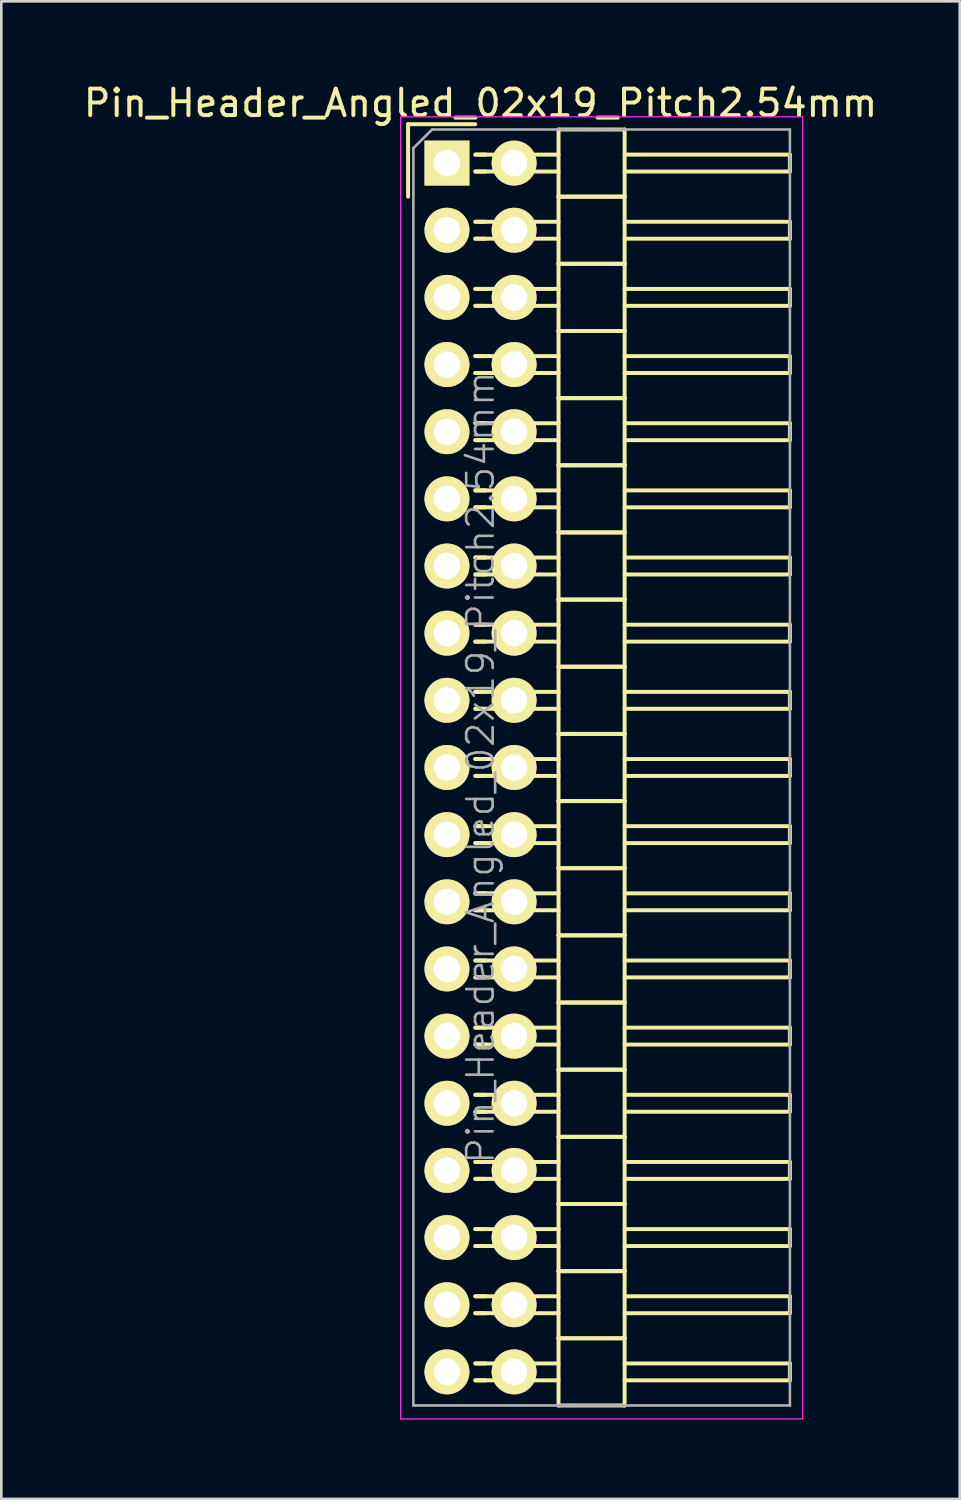
<source format=kicad_pcb>
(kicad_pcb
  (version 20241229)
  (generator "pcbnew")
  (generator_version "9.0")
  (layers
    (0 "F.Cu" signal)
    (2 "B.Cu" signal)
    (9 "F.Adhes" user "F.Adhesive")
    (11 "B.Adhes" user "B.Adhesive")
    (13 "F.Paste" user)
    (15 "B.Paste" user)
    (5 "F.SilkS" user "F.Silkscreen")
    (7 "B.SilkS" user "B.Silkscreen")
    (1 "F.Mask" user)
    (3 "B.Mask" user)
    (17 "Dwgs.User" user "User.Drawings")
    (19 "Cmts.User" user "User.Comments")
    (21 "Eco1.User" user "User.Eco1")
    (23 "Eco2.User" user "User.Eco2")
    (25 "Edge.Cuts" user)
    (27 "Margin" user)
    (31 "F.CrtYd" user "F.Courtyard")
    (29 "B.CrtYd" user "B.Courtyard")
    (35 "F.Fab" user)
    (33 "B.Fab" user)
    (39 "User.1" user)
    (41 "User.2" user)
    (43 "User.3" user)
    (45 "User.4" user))
  (footprint "Pin_Header_Angled_02x19_Pitch2.54mm"
    (layer "F.Cu")
    (at 13.855 3.118)
    (property "Reference" "Pin_Header_Angled_02x19_Pitch2.54mm" (at 1.27 -2.27 0) (layer "F.SilkS") (effects (font (size 1 1) (thickness 0.15))))
    (attr smd)
    (fp_line (start -1.47 -1.47) (end -1.47 1.27) (stroke (width 0.15) (type solid)) (layer "F.SilkS"))
    (fp_line (start -1.47 -1.47) (end 1.07 -1.47) (stroke (width 0.15) (type solid)) (layer "F.SilkS"))
    (fp_line (start 1.465 -0.32) (end 1.075 -0.32) (stroke (width 0.15) (type solid)) (layer "F.SilkS"))
    (fp_line (start 1.465 0.32) (end 1.075 0.32) (stroke (width 0.15) (type solid)) (layer "F.SilkS"))
    (fp_line (start 1.465 2.22) (end 1.075 2.22) (stroke (width 0.15) (type solid)) (layer "F.SilkS"))
    (fp_line (start 1.465 2.86) (end 1.075 2.86) (stroke (width 0.15) (type solid)) (layer "F.SilkS"))
    (fp_line (start 1.465 4.76) (end 1.075 4.76) (stroke (width 0.15) (type solid)) (layer "F.SilkS"))
    (fp_line (start 1.465 5.4) (end 1.075 5.4) (stroke (width 0.15) (type solid)) (layer "F.SilkS"))
    (fp_line (start 1.465 7.3) (end 1.075 7.3) (stroke (width 0.15) (type solid)) (layer "F.SilkS"))
    (fp_line (start 1.465 7.94) (end 1.075 7.94) (stroke (width 0.15) (type solid)) (layer "F.SilkS"))
    (fp_line (start 1.465 9.84) (end 1.075 9.84) (stroke (width 0.15) (type solid)) (layer "F.SilkS"))
    (fp_line (start 1.465 10.48) (end 1.075 10.48) (stroke (width 0.15) (type solid)) (layer "F.SilkS"))
    (fp_line (start 1.465 12.38) (end 1.075 12.38) (stroke (width 0.15) (type solid)) (layer "F.SilkS"))
    (fp_line (start 1.465 13.02) (end 1.075 13.02) (stroke (width 0.15) (type solid)) (layer "F.SilkS"))
    (fp_line (start 1.465 14.92) (end 1.075 14.92) (stroke (width 0.15) (type solid)) (layer "F.SilkS"))
    (fp_line (start 1.465 15.56) (end 1.075 15.56) (stroke (width 0.15) (type solid)) (layer "F.SilkS"))
    (fp_line (start 1.465 17.46) (end 1.075 17.46) (stroke (width 0.15) (type solid)) (layer "F.SilkS"))
    (fp_line (start 1.465 18.1) (end 1.075 18.1) (stroke (width 0.15) (type solid)) (layer "F.SilkS"))
    (fp_line (start 1.465 20) (end 1.075 20) (stroke (width 0.15) (type solid)) (layer "F.SilkS"))
    (fp_line (start 1.465 20.64) (end 1.075 20.64) (stroke (width 0.15) (type solid)) (layer "F.SilkS"))
    (fp_line (start 1.465 22.54) (end 1.075 22.54) (stroke (width 0.15) (type solid)) (layer "F.SilkS"))
    (fp_line (start 1.465 23.18) (end 1.075 23.18) (stroke (width 0.15) (type solid)) (layer "F.SilkS"))
    (fp_line (start 1.465 25.08) (end 1.075 25.08) (stroke (width 0.15) (type solid)) (layer "F.SilkS"))
    (fp_line (start 1.465 25.72) (end 1.075 25.72) (stroke (width 0.15) (type solid)) (layer "F.SilkS"))
    (fp_line (start 1.465 27.62) (end 1.075 27.62) (stroke (width 0.15) (type solid)) (layer "F.SilkS"))
    (fp_line (start 1.465 28.26) (end 1.075 28.26) (stroke (width 0.15) (type solid)) (layer "F.SilkS"))
    (fp_line (start 1.465 30.16) (end 1.075 30.16) (stroke (width 0.15) (type solid)) (layer "F.SilkS"))
    (fp_line (start 1.465 30.8) (end 1.075 30.8) (stroke (width 0.15) (type solid)) (layer "F.SilkS"))
    (fp_line (start 1.465 32.7) (end 1.075 32.7) (stroke (width 0.15) (type solid)) (layer "F.SilkS"))
    (fp_line (start 1.465 33.34) (end 1.075 33.34) (stroke (width 0.15) (type solid)) (layer "F.SilkS"))
    (fp_line (start 1.465 35.24) (end 1.075 35.24) (stroke (width 0.15) (type solid)) (layer "F.SilkS"))
    (fp_line (start 1.465 35.88) (end 1.075 35.88) (stroke (width 0.15) (type solid)) (layer "F.SilkS"))
    (fp_line (start 1.465 37.78) (end 1.075 37.78) (stroke (width 0.15) (type solid)) (layer "F.SilkS"))
    (fp_line (start 1.465 38.42) (end 1.075 38.42) (stroke (width 0.15) (type solid)) (layer "F.SilkS"))
    (fp_line (start 1.465 40.32) (end 1.075 40.32) (stroke (width 0.15) (type solid)) (layer "F.SilkS"))
    (fp_line (start 1.465 40.96) (end 1.075 40.96) (stroke (width 0.15) (type solid)) (layer "F.SilkS"))
    (fp_line (start 1.465 42.86) (end 1.075 42.86) (stroke (width 0.15) (type solid)) (layer "F.SilkS"))
    (fp_line (start 1.465 43.5) (end 1.075 43.5) (stroke (width 0.15) (type solid)) (layer "F.SilkS"))
    (fp_line (start 1.465 45.4) (end 1.075 45.4) (stroke (width 0.15) (type solid)) (layer "F.SilkS"))
    (fp_line (start 1.465 46.04) (end 1.075 46.04) (stroke (width 0.15) (type solid)) (layer "F.SilkS"))
    (fp_line (start 4.22 -0.32) (end 1.075 -0.32) (stroke (width 0.15) (type solid)) (layer "F.SilkS"))
    (fp_line (start 4.22 0.32) (end 1.075 0.32) (stroke (width 0.15) (type solid)) (layer "F.SilkS"))
    (fp_line (start 4.22 1.27) (end 4.22 -1.27) (stroke (width 0.15) (type solid)) (layer "F.SilkS"))
    (fp_line (start 4.22 2.22) (end 1.075 2.22) (stroke (width 0.15) (type solid)) (layer "F.SilkS"))
    (fp_line (start 4.22 2.86) (end 1.075 2.86) (stroke (width 0.15) (type solid)) (layer "F.SilkS"))
    (fp_line (start 4.22 3.81) (end 4.22 1.27) (stroke (width 0.15) (type solid)) (layer "F.SilkS"))
    (fp_line (start 4.22 4.76) (end 1.075 4.76) (stroke (width 0.15) (type solid)) (layer "F.SilkS"))
    (fp_line (start 4.22 5.4) (end 1.075 5.4) (stroke (width 0.15) (type solid)) (layer "F.SilkS"))
    (fp_line (start 4.22 6.35) (end 4.22 3.81) (stroke (width 0.15) (type solid)) (layer "F.SilkS"))
    (fp_line (start 4.22 7.3) (end 1.075 7.3) (stroke (width 0.15) (type solid)) (layer "F.SilkS"))
    (fp_line (start 4.22 7.94) (end 1.075 7.94) (stroke (width 0.15) (type solid)) (layer "F.SilkS"))
    (fp_line (start 4.22 8.89) (end 4.22 6.35) (stroke (width 0.15) (type solid)) (layer "F.SilkS"))
    (fp_line (start 4.22 9.84) (end 1.075 9.84) (stroke (width 0.15) (type solid)) (layer "F.SilkS"))
    (fp_line (start 4.22 10.48) (end 1.075 10.48) (stroke (width 0.15) (type solid)) (layer "F.SilkS"))
    (fp_line (start 4.22 11.43) (end 4.22 8.89) (stroke (width 0.15) (type solid)) (layer "F.SilkS"))
    (fp_line (start 4.22 12.38) (end 1.075 12.38) (stroke (width 0.15) (type solid)) (layer "F.SilkS"))
    (fp_line (start 4.22 13.02) (end 1.075 13.02) (stroke (width 0.15) (type solid)) (layer "F.SilkS"))
    (fp_line (start 4.22 13.97) (end 4.22 11.43) (stroke (width 0.15) (type solid)) (layer "F.SilkS"))
    (fp_line (start 4.22 14.92) (end 1.075 14.92) (stroke (width 0.15) (type solid)) (layer "F.SilkS"))
    (fp_line (start 4.22 15.56) (end 1.075 15.56) (stroke (width 0.15) (type solid)) (layer "F.SilkS"))
    (fp_line (start 4.22 16.51) (end 4.22 13.97) (stroke (width 0.15) (type solid)) (layer "F.SilkS"))
    (fp_line (start 4.22 17.46) (end 1.075 17.46) (stroke (width 0.15) (type solid)) (layer "F.SilkS"))
    (fp_line (start 4.22 18.1) (end 1.075 18.1) (stroke (width 0.15) (type solid)) (layer "F.SilkS"))
    (fp_line (start 4.22 19.05) (end 4.22 16.51) (stroke (width 0.15) (type solid)) (layer "F.SilkS"))
    (fp_line (start 4.22 20) (end 1.075 20) (stroke (width 0.15) (type solid)) (layer "F.SilkS"))
    (fp_line (start 4.22 20.64) (end 1.075 20.64) (stroke (width 0.15) (type solid)) (layer "F.SilkS"))
    (fp_line (start 4.22 21.59) (end 4.22 19.05) (stroke (width 0.15) (type solid)) (layer "F.SilkS"))
    (fp_line (start 4.22 22.54) (end 1.075 22.54) (stroke (width 0.15) (type solid)) (layer "F.SilkS"))
    (fp_line (start 4.22 23.18) (end 1.075 23.18) (stroke (width 0.15) (type solid)) (layer "F.SilkS"))
    (fp_line (start 4.22 24.13) (end 4.22 21.59) (stroke (width 0.15) (type solid)) (layer "F.SilkS"))
    (fp_line (start 4.22 25.08) (end 1.075 25.08) (stroke (width 0.15) (type solid)) (layer "F.SilkS"))
    (fp_line (start 4.22 25.72) (end 1.075 25.72) (stroke (width 0.15) (type solid)) (layer "F.SilkS"))
    (fp_line (start 4.22 26.67) (end 4.22 24.13) (stroke (width 0.15) (type solid)) (layer "F.SilkS"))
    (fp_line (start 4.22 27.62) (end 1.075 27.62) (stroke (width 0.15) (type solid)) (layer "F.SilkS"))
    (fp_line (start 4.22 28.26) (end 1.075 28.26) (stroke (width 0.15) (type solid)) (layer "F.SilkS"))
    (fp_line (start 4.22 29.21) (end 4.22 26.67) (stroke (width 0.15) (type solid)) (layer "F.SilkS"))
    (fp_line (start 4.22 30.16) (end 1.075 30.16) (stroke (width 0.15) (type solid)) (layer "F.SilkS"))
    (fp_line (start 4.22 30.8) (end 1.075 30.8) (stroke (width 0.15) (type solid)) (layer "F.SilkS"))
    (fp_line (start 4.22 31.75) (end 4.22 29.21) (stroke (width 0.15) (type solid)) (layer "F.SilkS"))
    (fp_line (start 4.22 32.7) (end 1.075 32.7) (stroke (width 0.15) (type solid)) (layer "F.SilkS"))
    (fp_line (start 4.22 33.34) (end 1.075 33.34) (stroke (width 0.15) (type solid)) (layer "F.SilkS"))
    (fp_line (start 4.22 34.29) (end 4.22 31.75) (stroke (width 0.15) (type solid)) (layer "F.SilkS"))
    (fp_line (start 4.22 35.24) (end 1.075 35.24) (stroke (width 0.15) (type solid)) (layer "F.SilkS"))
    (fp_line (start 4.22 35.88) (end 1.075 35.88) (stroke (width 0.15) (type solid)) (layer "F.SilkS"))
    (fp_line (start 4.22 36.83) (end 4.22 34.29) (stroke (width 0.15) (type solid)) (layer "F.SilkS"))
    (fp_line (start 4.22 37.78) (end 1.075 37.78) (stroke (width 0.15) (type solid)) (layer "F.SilkS"))
    (fp_line (start 4.22 38.42) (end 1.075 38.42) (stroke (width 0.15) (type solid)) (layer "F.SilkS"))
    (fp_line (start 4.22 39.37) (end 4.22 36.83) (stroke (width 0.15) (type solid)) (layer "F.SilkS"))
    (fp_line (start 4.22 40.32) (end 1.075 40.32) (stroke (width 0.15) (type solid)) (layer "F.SilkS"))
    (fp_line (start 4.22 40.96) (end 1.075 40.96) (stroke (width 0.15) (type solid)) (layer "F.SilkS"))
    (fp_line (start 4.22 41.91) (end 4.22 39.37) (stroke (width 0.15) (type solid)) (layer "F.SilkS"))
    (fp_line (start 4.22 42.86) (end 1.075 42.86) (stroke (width 0.15) (type solid)) (layer "F.SilkS"))
    (fp_line (start 4.22 43.5) (end 1.075 43.5) (stroke (width 0.15) (type solid)) (layer "F.SilkS"))
    (fp_line (start 4.22 44.45) (end 4.22 41.91) (stroke (width 0.15) (type solid)) (layer "F.SilkS"))
    (fp_line (start 4.22 45.4) (end 1.075 45.4) (stroke (width 0.15) (type solid)) (layer "F.SilkS"))
    (fp_line (start 4.22 46.04) (end 1.075 46.04) (stroke (width 0.15) (type solid)) (layer "F.SilkS"))
    (fp_line (start 4.22 46.99) (end 4.22 44.45) (stroke (width 0.15) (type solid)) (layer "F.SilkS"))
    (fp_line (start 6.72 -1.27) (end 4.22 -1.27) (stroke (width 0.15) (type solid)) (layer "F.SilkS"))
    (fp_line (start 6.72 -0.32) (end 12.97 -0.32) (stroke (width 0.15) (type solid)) (layer "F.SilkS"))
    (fp_line (start 6.72 0.32) (end 12.97 0.32) (stroke (width 0.15) (type solid)) (layer "F.SilkS"))
    (fp_line (start 6.72 1.27) (end 4.22 1.27) (stroke (width 0.15) (type solid)) (layer "F.SilkS"))
    (fp_line (start 6.72 1.27) (end 4.22 1.27) (stroke (width 0.15) (type solid)) (layer "F.SilkS"))
    (fp_line (start 6.72 1.27) (end 6.72 -1.27) (stroke (width 0.15) (type solid)) (layer "F.SilkS"))
    (fp_line (start 6.72 2.22) (end 12.97 2.22) (stroke (width 0.15) (type solid)) (layer "F.SilkS"))
    (fp_line (start 6.72 2.86) (end 12.97 2.86) (stroke (width 0.15) (type solid)) (layer "F.SilkS"))
    (fp_line (start 6.72 3.81) (end 4.22 3.81) (stroke (width 0.15) (type solid)) (layer "F.SilkS"))
    (fp_line (start 6.72 3.81) (end 4.22 3.81) (stroke (width 0.15) (type solid)) (layer "F.SilkS"))
    (fp_line (start 6.72 3.81) (end 6.72 1.27) (stroke (width 0.15) (type solid)) (layer "F.SilkS"))
    (fp_line (start 6.72 4.76) (end 12.97 4.76) (stroke (width 0.15) (type solid)) (layer "F.SilkS"))
    (fp_line (start 6.72 5.4) (end 12.97 5.4) (stroke (width 0.15) (type solid)) (layer "F.SilkS"))
    (fp_line (start 6.72 6.35) (end 4.22 6.35) (stroke (width 0.15) (type solid)) (layer "F.SilkS"))
    (fp_line (start 6.72 6.35) (end 4.22 6.35) (stroke (width 0.15) (type solid)) (layer "F.SilkS"))
    (fp_line (start 6.72 6.35) (end 6.72 3.81) (stroke (width 0.15) (type solid)) (layer "F.SilkS"))
    (fp_line (start 6.72 7.3) (end 12.97 7.3) (stroke (width 0.15) (type solid)) (layer "F.SilkS"))
    (fp_line (start 6.72 7.94) (end 12.97 7.94) (stroke (width 0.15) (type solid)) (layer "F.SilkS"))
    (fp_line (start 6.72 8.89) (end 4.22 8.89) (stroke (width 0.15) (type solid)) (layer "F.SilkS"))
    (fp_line (start 6.72 8.89) (end 4.22 8.89) (stroke (width 0.15) (type solid)) (layer "F.SilkS"))
    (fp_line (start 6.72 8.89) (end 6.72 6.35) (stroke (width 0.15) (type solid)) (layer "F.SilkS"))
    (fp_line (start 6.72 9.84) (end 12.97 9.84) (stroke (width 0.15) (type solid)) (layer "F.SilkS"))
    (fp_line (start 6.72 10.48) (end 12.97 10.48) (stroke (width 0.15) (type solid)) (layer "F.SilkS"))
    (fp_line (start 6.72 11.43) (end 4.22 11.43) (stroke (width 0.15) (type solid)) (layer "F.SilkS"))
    (fp_line (start 6.72 11.43) (end 4.22 11.43) (stroke (width 0.15) (type solid)) (layer "F.SilkS"))
    (fp_line (start 6.72 11.43) (end 6.72 8.89) (stroke (width 0.15) (type solid)) (layer "F.SilkS"))
    (fp_line (start 6.72 12.38) (end 12.97 12.38) (stroke (width 0.15) (type solid)) (layer "F.SilkS"))
    (fp_line (start 6.72 13.02) (end 12.97 13.02) (stroke (width 0.15) (type solid)) (layer "F.SilkS"))
    (fp_line (start 6.72 13.97) (end 4.22 13.97) (stroke (width 0.15) (type solid)) (layer "F.SilkS"))
    (fp_line (start 6.72 13.97) (end 4.22 13.97) (stroke (width 0.15) (type solid)) (layer "F.SilkS"))
    (fp_line (start 6.72 13.97) (end 6.72 11.43) (stroke (width 0.15) (type solid)) (layer "F.SilkS"))
    (fp_line (start 6.72 14.92) (end 12.97 14.92) (stroke (width 0.15) (type solid)) (layer "F.SilkS"))
    (fp_line (start 6.72 15.56) (end 12.97 15.56) (stroke (width 0.15) (type solid)) (layer "F.SilkS"))
    (fp_line (start 6.72 16.51) (end 4.22 16.51) (stroke (width 0.15) (type solid)) (layer "F.SilkS"))
    (fp_line (start 6.72 16.51) (end 4.22 16.51) (stroke (width 0.15) (type solid)) (layer "F.SilkS"))
    (fp_line (start 6.72 16.51) (end 6.72 13.97) (stroke (width 0.15) (type solid)) (layer "F.SilkS"))
    (fp_line (start 6.72 17.46) (end 12.97 17.46) (stroke (width 0.15) (type solid)) (layer "F.SilkS"))
    (fp_line (start 6.72 18.1) (end 12.97 18.1) (stroke (width 0.15) (type solid)) (layer "F.SilkS"))
    (fp_line (start 6.72 19.05) (end 4.22 19.05) (stroke (width 0.15) (type solid)) (layer "F.SilkS"))
    (fp_line (start 6.72 19.05) (end 4.22 19.05) (stroke (width 0.15) (type solid)) (layer "F.SilkS"))
    (fp_line (start 6.72 19.05) (end 6.72 16.51) (stroke (width 0.15) (type solid)) (layer "F.SilkS"))
    (fp_line (start 6.72 20) (end 12.97 20) (stroke (width 0.15) (type solid)) (layer "F.SilkS"))
    (fp_line (start 6.72 20.64) (end 12.97 20.64) (stroke (width 0.15) (type solid)) (layer "F.SilkS"))
    (fp_line (start 6.72 21.59) (end 4.22 21.59) (stroke (width 0.15) (type solid)) (layer "F.SilkS"))
    (fp_line (start 6.72 21.59) (end 4.22 21.59) (stroke (width 0.15) (type solid)) (layer "F.SilkS"))
    (fp_line (start 6.72 21.59) (end 6.72 19.05) (stroke (width 0.15) (type solid)) (layer "F.SilkS"))
    (fp_line (start 6.72 22.54) (end 12.97 22.54) (stroke (width 0.15) (type solid)) (layer "F.SilkS"))
    (fp_line (start 6.72 23.18) (end 12.97 23.18) (stroke (width 0.15) (type solid)) (layer "F.SilkS"))
    (fp_line (start 6.72 24.13) (end 4.22 24.13) (stroke (width 0.15) (type solid)) (layer "F.SilkS"))
    (fp_line (start 6.72 24.13) (end 4.22 24.13) (stroke (width 0.15) (type solid)) (layer "F.SilkS"))
    (fp_line (start 6.72 24.13) (end 6.72 21.59) (stroke (width 0.15) (type solid)) (layer "F.SilkS"))
    (fp_line (start 6.72 25.08) (end 12.97 25.08) (stroke (width 0.15) (type solid)) (layer "F.SilkS"))
    (fp_line (start 6.72 25.72) (end 12.97 25.72) (stroke (width 0.15) (type solid)) (layer "F.SilkS"))
    (fp_line (start 6.72 26.67) (end 4.22 26.67) (stroke (width 0.15) (type solid)) (layer "F.SilkS"))
    (fp_line (start 6.72 26.67) (end 4.22 26.67) (stroke (width 0.15) (type solid)) (layer "F.SilkS"))
    (fp_line (start 6.72 26.67) (end 6.72 24.13) (stroke (width 0.15) (type solid)) (layer "F.SilkS"))
    (fp_line (start 6.72 27.62) (end 12.97 27.62) (stroke (width 0.15) (type solid)) (layer "F.SilkS"))
    (fp_line (start 6.72 28.26) (end 12.97 28.26) (stroke (width 0.15) (type solid)) (layer "F.SilkS"))
    (fp_line (start 6.72 29.21) (end 4.22 29.21) (stroke (width 0.15) (type solid)) (layer "F.SilkS"))
    (fp_line (start 6.72 29.21) (end 4.22 29.21) (stroke (width 0.15) (type solid)) (layer "F.SilkS"))
    (fp_line (start 6.72 29.21) (end 6.72 26.67) (stroke (width 0.15) (type solid)) (layer "F.SilkS"))
    (fp_line (start 6.72 30.16) (end 12.97 30.16) (stroke (width 0.15) (type solid)) (layer "F.SilkS"))
    (fp_line (start 6.72 30.8) (end 12.97 30.8) (stroke (width 0.15) (type solid)) (layer "F.SilkS"))
    (fp_line (start 6.72 31.75) (end 4.22 31.75) (stroke (width 0.15) (type solid)) (layer "F.SilkS"))
    (fp_line (start 6.72 31.75) (end 4.22 31.75) (stroke (width 0.15) (type solid)) (layer "F.SilkS"))
    (fp_line (start 6.72 31.75) (end 6.72 29.21) (stroke (width 0.15) (type solid)) (layer "F.SilkS"))
    (fp_line (start 6.72 32.7) (end 12.97 32.7) (stroke (width 0.15) (type solid)) (layer "F.SilkS"))
    (fp_line (start 6.72 33.34) (end 12.97 33.34) (stroke (width 0.15) (type solid)) (layer "F.SilkS"))
    (fp_line (start 6.72 34.29) (end 4.22 34.29) (stroke (width 0.15) (type solid)) (layer "F.SilkS"))
    (fp_line (start 6.72 34.29) (end 4.22 34.29) (stroke (width 0.15) (type solid)) (layer "F.SilkS"))
    (fp_line (start 6.72 34.29) (end 6.72 31.75) (stroke (width 0.15) (type solid)) (layer "F.SilkS"))
    (fp_line (start 6.72 35.24) (end 12.97 35.24) (stroke (width 0.15) (type solid)) (layer "F.SilkS"))
    (fp_line (start 6.72 35.88) (end 12.97 35.88) (stroke (width 0.15) (type solid)) (layer "F.SilkS"))
    (fp_line (start 6.72 36.83) (end 4.22 36.83) (stroke (width 0.15) (type solid)) (layer "F.SilkS"))
    (fp_line (start 6.72 36.83) (end 4.22 36.83) (stroke (width 0.15) (type solid)) (layer "F.SilkS"))
    (fp_line (start 6.72 36.83) (end 6.72 34.29) (stroke (width 0.15) (type solid)) (layer "F.SilkS"))
    (fp_line (start 6.72 37.78) (end 12.97 37.78) (stroke (width 0.15) (type solid)) (layer "F.SilkS"))
    (fp_line (start 6.72 38.42) (end 12.97 38.42) (stroke (width 0.15) (type solid)) (layer "F.SilkS"))
    (fp_line (start 6.72 39.37) (end 4.22 39.37) (stroke (width 0.15) (type solid)) (layer "F.SilkS"))
    (fp_line (start 6.72 39.37) (end 4.22 39.37) (stroke (width 0.15) (type solid)) (layer "F.SilkS"))
    (fp_line (start 6.72 39.37) (end 6.72 36.83) (stroke (width 0.15) (type solid)) (layer "F.SilkS"))
    (fp_line (start 6.72 40.32) (end 12.97 40.32) (stroke (width 0.15) (type solid)) (layer "F.SilkS"))
    (fp_line (start 6.72 40.96) (end 12.97 40.96) (stroke (width 0.15) (type solid)) (layer "F.SilkS"))
    (fp_line (start 6.72 41.91) (end 4.22 41.91) (stroke (width 0.15) (type solid)) (layer "F.SilkS"))
    (fp_line (start 6.72 41.91) (end 4.22 41.91) (stroke (width 0.15) (type solid)) (layer "F.SilkS"))
    (fp_line (start 6.72 41.91) (end 6.72 39.37) (stroke (width 0.15) (type solid)) (layer "F.SilkS"))
    (fp_line (start 6.72 42.86) (end 12.97 42.86) (stroke (width 0.15) (type solid)) (layer "F.SilkS"))
    (fp_line (start 6.72 43.5) (end 12.97 43.5) (stroke (width 0.15) (type solid)) (layer "F.SilkS"))
    (fp_line (start 6.72 44.45) (end 4.22 44.45) (stroke (width 0.15) (type solid)) (layer "F.SilkS"))
    (fp_line (start 6.72 44.45) (end 4.22 44.45) (stroke (width 0.15) (type solid)) (layer "F.SilkS"))
    (fp_line (start 6.72 44.45) (end 6.72 41.91) (stroke (width 0.15) (type solid)) (layer "F.SilkS"))
    (fp_line (start 6.72 45.4) (end 12.97 45.4) (stroke (width 0.15) (type solid)) (layer "F.SilkS"))
    (fp_line (start 6.72 46.04) (end 12.97 46.04) (stroke (width 0.15) (type solid)) (layer "F.SilkS"))
    (fp_line (start 6.72 46.99) (end 4.22 46.99) (stroke (width 0.15) (type solid)) (layer "F.SilkS"))
    (fp_line (start 6.72 46.99) (end 6.72 44.45) (stroke (width 0.15) (type solid)) (layer "F.SilkS"))
    (fp_line (start 12.97 0.32) (end 12.97 -0.32) (stroke (width 0.15) (type solid)) (layer "F.SilkS"))
    (fp_line (start 12.97 2.86) (end 12.97 2.22) (stroke (width 0.15) (type solid)) (layer "F.SilkS"))
    (fp_line (start 12.97 5.4) (end 12.97 4.76) (stroke (width 0.15) (type solid)) (layer "F.SilkS"))
    (fp_line (start 12.97 7.94) (end 12.97 7.3) (stroke (width 0.15) (type solid)) (layer "F.SilkS"))
    (fp_line (start 12.97 10.48) (end 12.97 9.84) (stroke (width 0.15) (type solid)) (layer "F.SilkS"))
    (fp_line (start 12.97 13.02) (end 12.97 12.38) (stroke (width 0.15) (type solid)) (layer "F.SilkS"))
    (fp_line (start 12.97 15.56) (end 12.97 14.92) (stroke (width 0.15) (type solid)) (layer "F.SilkS"))
    (fp_line (start 12.97 18.1) (end 12.97 17.46) (stroke (width 0.15) (type solid)) (layer "F.SilkS"))
    (fp_line (start 12.97 20.64) (end 12.97 20) (stroke (width 0.15) (type solid)) (layer "F.SilkS"))
    (fp_line (start 12.97 23.18) (end 12.97 22.54) (stroke (width 0.15) (type solid)) (layer "F.SilkS"))
    (fp_line (start 12.97 25.72) (end 12.97 25.08) (stroke (width 0.15) (type solid)) (layer "F.SilkS"))
    (fp_line (start 12.97 28.26) (end 12.97 27.62) (stroke (width 0.15) (type solid)) (layer "F.SilkS"))
    (fp_line (start 12.97 30.8) (end 12.97 30.16) (stroke (width 0.15) (type solid)) (layer "F.SilkS"))
    (fp_line (start 12.97 33.34) (end 12.97 32.7) (stroke (width 0.15) (type solid)) (layer "F.SilkS"))
    (fp_line (start 12.97 35.88) (end 12.97 35.24) (stroke (width 0.15) (type solid)) (layer "F.SilkS"))
    (fp_line (start 12.97 38.42) (end 12.97 37.78) (stroke (width 0.15) (type solid)) (layer "F.SilkS"))
    (fp_line (start 12.97 40.96) (end 12.97 40.32) (stroke (width 0.15) (type solid)) (layer "F.SilkS"))
    (fp_line (start 12.97 43.5) (end 12.97 42.86) (stroke (width 0.15) (type solid)) (layer "F.SilkS"))
    (fp_line (start 12.97 46.04) (end 12.97 45.4) (stroke (width 0.15) (type solid)) (layer "F.SilkS"))
    (fp_line (start -1.75 -1.75) (end -1.75 47.5) (stroke (width 0.05) (type solid)) (layer "F.CrtYd"))
    (fp_line (start 13.45 -1.75) (end -1.75 -1.75) (stroke (width 0.05) (type solid)) (layer "F.CrtYd"))
    (fp_line (start 13.45 -1.75) (end 13.45 47.5) (stroke (width 0.05) (type solid)) (layer "F.CrtYd"))
    (fp_line (start 13.45 47.5) (end -1.75 47.5) (stroke (width 0.05) (type solid)) (layer "F.CrtYd"))
    (fp_line (start -1.27 -0.563) (end -0.563 -1.27) (stroke (width 0.1) (type solid)) (layer "F.Fab"))
    (fp_line (start -1.27 46.99) (end -1.27 -0.563) (stroke (width 0.1) (type solid)) (layer "F.Fab"))
    (fp_line (start 12.97 -1.27) (end -0.563 -1.27) (stroke (width 0.1) (type solid)) (layer "F.Fab"))
    (fp_line (start 12.97 46.99) (end -1.27 46.99) (stroke (width 0.1) (type solid)) (layer "F.Fab"))
    (fp_line (start 12.97 46.99) (end 12.97 -1.27) (stroke (width 0.1) (type solid)) (layer "F.Fab"))
    (fp_text user "${REFERENCE}" (at 1.27 22.86 90) (layer "F.Fab") (effects (font (size 1 1) (thickness 0.1))))
    (pad "1" thru_hole rect (at 0 0) (size 1.7 1.7) (drill 1) (layers "*.Cu" "*.Mask" "F.SilkS"))
    (pad "2" thru_hole oval (at 2.54 0) (size 1.7 1.7) (drill 1) (layers "*.Cu" "*.Mask" "F.SilkS"))
    (pad "3" thru_hole oval (at 0 2.54) (size 1.7 1.7) (drill 1) (layers "*.Cu" "*.Mask" "F.SilkS"))
    (pad "4" thru_hole oval (at 2.54 2.54) (size 1.7 1.7) (drill 1) (layers "*.Cu" "*.Mask" "F.SilkS"))
    (pad "5" thru_hole oval (at 0 5.08) (size 1.7 1.7) (drill 1) (layers "*.Cu" "*.Mask" "F.SilkS"))
    (pad "6" thru_hole oval (at 2.54 5.08) (size 1.7 1.7) (drill 1) (layers "*.Cu" "*.Mask" "F.SilkS"))
    (pad "7" thru_hole oval (at 0 7.62) (size 1.7 1.7) (drill 1) (layers "*.Cu" "*.Mask" "F.SilkS"))
    (pad "8" thru_hole oval (at 2.54 7.62) (size 1.7 1.7) (drill 1) (layers "*.Cu" "*.Mask" "F.SilkS"))
    (pad "9" thru_hole oval (at 0 10.16) (size 1.7 1.7) (drill 1) (layers "*.Cu" "*.Mask" "F.SilkS"))
    (pad "10" thru_hole oval (at 2.54 10.16) (size 1.7 1.7) (drill 1) (layers "*.Cu" "*.Mask" "F.SilkS"))
    (pad "11" thru_hole oval (at 0 12.7) (size 1.7 1.7) (drill 1) (layers "*.Cu" "*.Mask" "F.SilkS"))
    (pad "12" thru_hole oval (at 2.54 12.7) (size 1.7 1.7) (drill 1) (layers "*.Cu" "*.Mask" "F.SilkS"))
    (pad "13" thru_hole oval (at 0 15.24) (size 1.7 1.7) (drill 1) (layers "*.Cu" "*.Mask" "F.SilkS"))
    (pad "14" thru_hole oval (at 2.54 15.24) (size 1.7 1.7) (drill 1) (layers "*.Cu" "*.Mask" "F.SilkS"))
    (pad "15" thru_hole oval (at 0 17.78) (size 1.7 1.7) (drill 1) (layers "*.Cu" "*.Mask" "F.SilkS"))
    (pad "16" thru_hole oval (at 2.54 17.78) (size 1.7 1.7) (drill 1) (layers "*.Cu" "*.Mask" "F.SilkS"))
    (pad "17" thru_hole oval (at 0 20.32) (size 1.7 1.7) (drill 1) (layers "*.Cu" "*.Mask" "F.SilkS"))
    (pad "18" thru_hole oval (at 2.54 20.32) (size 1.7 1.7) (drill 1) (layers "*.Cu" "*.Mask" "F.SilkS"))
    (pad "19" thru_hole oval (at 0 22.86) (size 1.7 1.7) (drill 1) (layers "*.Cu" "*.Mask" "F.SilkS"))
    (pad "20" thru_hole oval (at 2.54 22.86) (size 1.7 1.7) (drill 1) (layers "*.Cu" "*.Mask" "F.SilkS"))
    (pad "21" thru_hole oval (at 0 25.4) (size 1.7 1.7) (drill 1) (layers "*.Cu" "*.Mask" "F.SilkS"))
    (pad "22" thru_hole oval (at 2.54 25.4) (size 1.7 1.7) (drill 1) (layers "*.Cu" "*.Mask" "F.SilkS"))
    (pad "23" thru_hole oval (at 0 27.94) (size 1.7 1.7) (drill 1) (layers "*.Cu" "*.Mask" "F.SilkS"))
    (pad "24" thru_hole oval (at 2.54 27.94) (size 1.7 1.7) (drill 1) (layers "*.Cu" "*.Mask" "F.SilkS"))
    (pad "25" thru_hole oval (at 0 30.48) (size 1.7 1.7) (drill 1) (layers "*.Cu" "*.Mask" "F.SilkS"))
    (pad "26" thru_hole oval (at 2.54 30.48) (size 1.7 1.7) (drill 1) (layers "*.Cu" "*.Mask" "F.SilkS"))
    (pad "27" thru_hole oval (at 0 33.02) (size 1.7 1.7) (drill 1) (layers "*.Cu" "*.Mask" "F.SilkS"))
    (pad "28" thru_hole oval (at 2.54 33.02) (size 1.7 1.7) (drill 1) (layers "*.Cu" "*.Mask" "F.SilkS"))
    (pad "29" thru_hole oval (at 0 35.56) (size 1.7 1.7) (drill 1) (layers "*.Cu" "*.Mask" "F.SilkS"))
    (pad "30" thru_hole oval (at 2.54 35.56) (size 1.7 1.7) (drill 1) (layers "*.Cu" "*.Mask" "F.SilkS"))
    (pad "31" thru_hole oval (at 0 38.1) (size 1.7 1.7) (drill 1) (layers "*.Cu" "*.Mask" "F.SilkS"))
    (pad "32" thru_hole oval (at 2.54 38.1) (size 1.7 1.7) (drill 1) (layers "*.Cu" "*.Mask" "F.SilkS"))
    (pad "33" thru_hole oval (at 0 40.64) (size 1.7 1.7) (drill 1) (layers "*.Cu" "*.Mask" "F.SilkS"))
    (pad "34" thru_hole oval (at 2.54 40.64) (size 1.7 1.7) (drill 1) (layers "*.Cu" "*.Mask" "F.SilkS"))
    (pad "35" thru_hole oval (at 0 43.18) (size 1.7 1.7) (drill 1) (layers "*.Cu" "*.Mask" "F.SilkS"))
    (pad "36" thru_hole oval (at 2.54 43.18) (size 1.7 1.7) (drill 1) (layers "*.Cu" "*.Mask" "F.SilkS"))
    (pad "37" thru_hole oval (at 0 45.72) (size 1.7 1.7) (drill 1) (layers "*.Cu" "*.Mask" "F.SilkS"))
    (pad "38" thru_hole oval (at 2.54 45.72) (size 1.7 1.7) (drill 1) (layers "*.Cu" "*.Mask" "F.SilkS")))
  (gr_rect
    (start -3 -3)
    (end 33.25 53.643)
    (stroke (width 0.1) (type default))
    (fill no)
    (layer "Edge.Cuts")))
</source>
